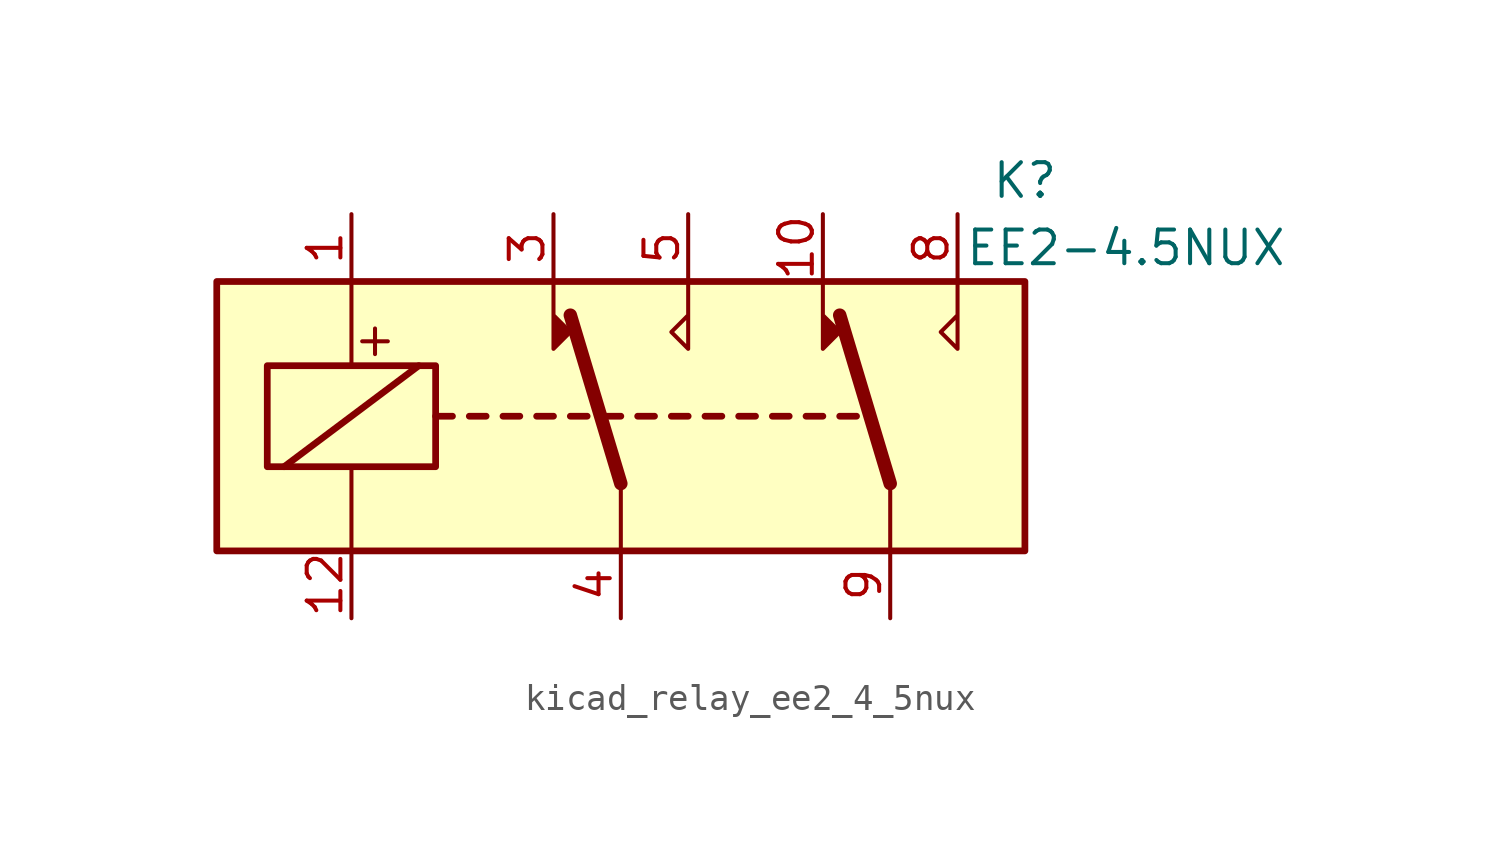
<source format=kicad_sym>
(kicad_symbol_lib
  (version 20220914)
  (generator kicad_symbol_editor)
  (symbol "kicad_relay_ee2_4_5nux"
    (property "Reference" "K"
      (at 15.24 8.89 0)
      (effects (font (size 1.27 1.27))))
    (property "Value" "EE2-4.5NUX"
      (at 19.05 6.35 0)
      (effects (font (size 1.27 1.27))))
    (symbol "kicad_relay_ee2_4_5nux_1_1"
      (rectangle (start -15.24 5.08) (end 15.24 -5.08) (stroke (width 0.254) (type default)) (fill (type background)))
      (rectangle (start -13.335 1.905) (end -6.985 -1.905) (stroke (width 0.254) (type default)) (fill (type none)))
      (polyline (pts (xy -12.7 -1.905) (xy -7.62 1.905)) (stroke (width 0.254) (type default)) (fill (type none)))
      (polyline (pts (xy -10.16 -5.08) (xy -10.16 -1.905)) (stroke (width 0) (type default)) (fill (type none)))
      (polyline (pts (xy -10.16 5.08) (xy -10.16 1.905)) (stroke (width 0) (type default)) (fill (type none)))
      (polyline (pts (xy -6.985 0) (xy -6.35 0)) (stroke (width 0.254) (type default)) (fill (type none)))
      (polyline (pts (xy -5.715 0) (xy -5.08 0)) (stroke (width 0.254) (type default)) (fill (type none)))
      (polyline (pts (xy -4.445 0) (xy -3.81 0)) (stroke (width 0.254) (type default)) (fill (type none)))
      (polyline (pts (xy -3.175 0) (xy -2.54 0)) (stroke (width 0.254) (type default)) (fill (type none)))
      (polyline (pts (xy -1.905 0) (xy -1.27 0)) (stroke (width 0.254) (type default)) (fill (type none)))
      (polyline (pts (xy -0.635 0) (xy 0 0)) (stroke (width 0.254) (type default)) (fill (type none)))
      (polyline (pts (xy 0 -2.54) (xy -1.905 3.81)) (stroke (width 0.508) (type default)) (fill (type none)))
      (polyline (pts (xy 0 -2.54) (xy 0 -5.08)) (stroke (width 0) (type default)) (fill (type none)))
      (polyline (pts (xy 0.635 0) (xy 1.27 0)) (stroke (width 0.254) (type default)) (fill (type none)))
      (polyline (pts (xy 1.905 0) (xy 2.54 0)) (stroke (width 0.254) (type default)) (fill (type none)))
      (polyline (pts (xy 3.175 0) (xy 3.81 0)) (stroke (width 0.254) (type default)) (fill (type none)))
      (polyline (pts (xy 4.445 0) (xy 5.08 0)) (stroke (width 0.254) (type default)) (fill (type none)))
      (polyline (pts (xy 5.715 0) (xy 6.35 0)) (stroke (width 0.254) (type default)) (fill (type none)))
      (polyline (pts (xy 6.985 0) (xy 7.62 0)) (stroke (width 0.254) (type default)) (fill (type none)))
      (polyline (pts (xy 8.255 0) (xy 8.89 0)) (stroke (width 0.254) (type default)) (fill (type none)))
      (polyline (pts (xy 10.16 -2.54) (xy 8.255 3.81)) (stroke (width 0.508) (type default)) (fill (type none)))
      (polyline (pts (xy 10.16 -2.54) (xy 10.16 -5.08)) (stroke (width 0) (type default)) (fill (type none)))
      (polyline (pts (xy -2.54 5.08) (xy -2.54 2.54) (xy -1.905 3.175) (xy -2.54 3.81)) (stroke (width 0) (type default)) (fill (type outline)))
      (polyline (pts (xy 2.54 5.08) (xy 2.54 2.54) (xy 1.905 3.175) (xy 2.54 3.81)) (stroke (width 0) (type default)) (fill (type none)))
      (polyline (pts (xy 7.62 5.08) (xy 7.62 2.54) (xy 8.255 3.175) (xy 7.62 3.81)) (stroke (width 0) (type default)) (fill (type outline)))
      (polyline (pts (xy 12.7 5.08) (xy 12.7 2.54) (xy 12.065 3.175) (xy 12.7 3.81)) (stroke (width 0) (type default)) (fill (type none)))
      (text "+" (at -9.271 2.921 0) (effects (font (size 1.27 1.27))))
      (pin passive line (at -10.16 7.62 270) (length 2.54) (name "~" (effects (font (size 1.27 1.27)))) (number "1" (effects (font (size 1.27 1.27)))))
      (pin passive line (at 7.62 7.62 270) (length 2.54) (name "~" (effects (font (size 1.27 1.27)))) (number "10" (effects (font (size 1.27 1.27)))))
      (pin passive line (at -10.16 -7.62 90) (length 2.54) (name "~" (effects (font (size 1.27 1.27)))) (number "12" (effects (font (size 1.27 1.27)))))
      (pin passive line (at -2.54 7.62 270) (length 2.54) (name "~" (effects (font (size 1.27 1.27)))) (number "3" (effects (font (size 1.27 1.27)))))
      (pin passive line (at 0 -7.62 90) (length 2.54) (name "~" (effects (font (size 1.27 1.27)))) (number "4" (effects (font (size 1.27 1.27)))))
      (pin passive line (at 2.54 7.62 270) (length 2.54) (name "~" (effects (font (size 1.27 1.27)))) (number "5" (effects (font (size 1.27 1.27)))))
      (pin passive line (at 12.7 7.62 270) (length 2.54) (name "~" (effects (font (size 1.27 1.27)))) (number "8" (effects (font (size 1.27 1.27)))))
      (pin passive line (at 10.16 -7.62 90) (length 2.54) (name "~" (effects (font (size 1.27 1.27)))) (number "9" (effects (font (size 1.27 1.27))))))))
</source>
